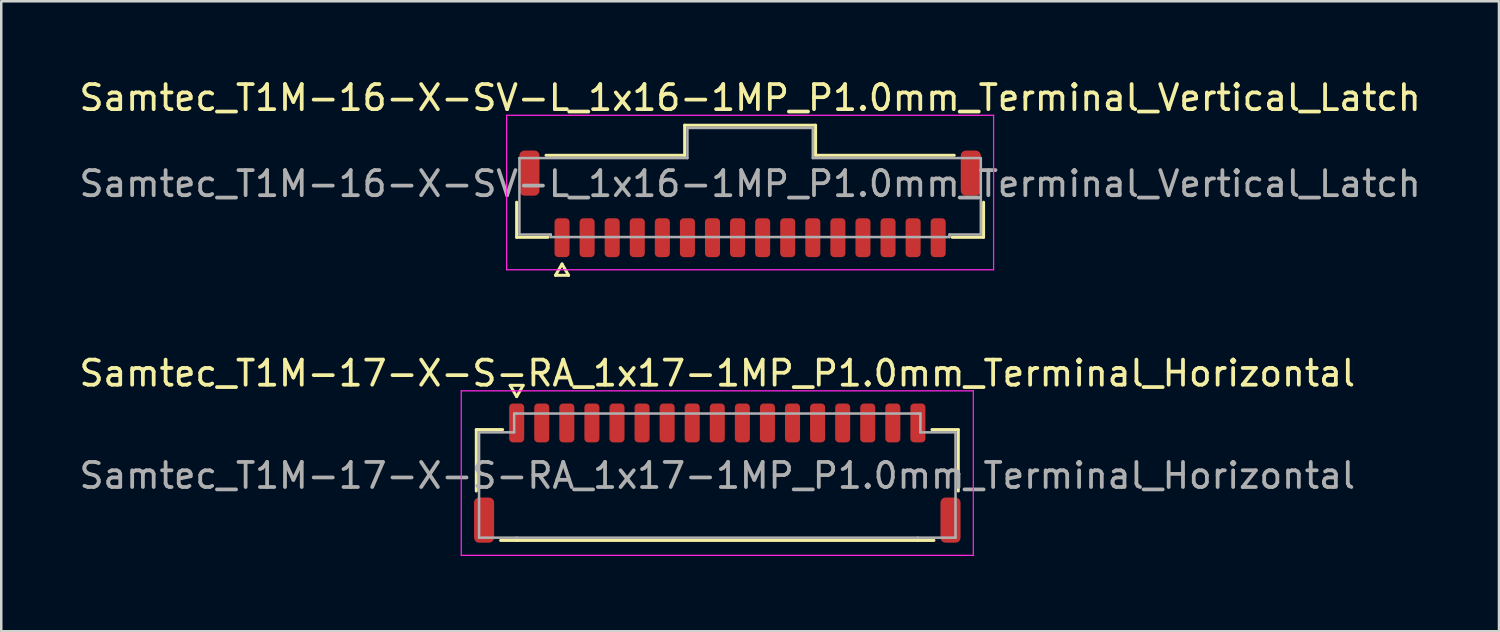
<source format=kicad_pcb>
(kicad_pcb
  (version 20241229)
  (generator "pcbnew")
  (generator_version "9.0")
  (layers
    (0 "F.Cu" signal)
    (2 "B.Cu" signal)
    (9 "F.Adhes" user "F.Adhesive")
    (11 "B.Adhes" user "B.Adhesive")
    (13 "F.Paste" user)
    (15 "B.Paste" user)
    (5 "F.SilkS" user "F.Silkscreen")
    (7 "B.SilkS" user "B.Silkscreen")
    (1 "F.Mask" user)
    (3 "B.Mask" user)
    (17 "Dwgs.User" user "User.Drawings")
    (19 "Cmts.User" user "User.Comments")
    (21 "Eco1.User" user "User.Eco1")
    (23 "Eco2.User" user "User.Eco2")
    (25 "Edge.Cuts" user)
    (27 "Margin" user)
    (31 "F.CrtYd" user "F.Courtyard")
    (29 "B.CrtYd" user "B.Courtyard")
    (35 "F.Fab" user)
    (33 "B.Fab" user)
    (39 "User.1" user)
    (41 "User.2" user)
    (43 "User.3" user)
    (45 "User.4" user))
  (footprint "Samtec_T1M-16-X-SV-L_1x16-1MP_P1.0mm_Terminal_Vertical_Latch"
    (layer "F.Cu")
    (at 26.863 4.278)
    (property "Reference" "Samtec_T1M-16-X-SV-L_1x16-1MP_P1.0mm_Terminal_Vertical_Latch" (at 0 -3.43 0) (layer "F.SilkS") (effects (font (size 1 1) (thickness 0.15))))
    (attr smd)
    (fp_line (start -9.31 2.135) (end -9.31 0.735) (stroke (width 0.12) (type solid)) (layer "F.SilkS"))
    (fp_line (start -8.14 -1.135) (end -2.61 -1.135) (stroke (width 0.12) (type solid)) (layer "F.SilkS"))
    (fp_line (start -8.06 2.135) (end -9.31 2.135) (stroke (width 0.12) (type solid)) (layer "F.SilkS"))
    (fp_line (start -7.76 3.65) (end -7.5 3.2) (stroke (width 0.12) (type solid)) (layer "F.SilkS"))
    (fp_line (start -7.5 3.2) (end -7.24 3.65) (stroke (width 0.12) (type solid)) (layer "F.SilkS"))
    (fp_line (start -7.24 3.65) (end -7.76 3.65) (stroke (width 0.12) (type solid)) (layer "F.SilkS"))
    (fp_line (start -2.61 -2.335) (end 2.61 -2.335) (stroke (width 0.12) (type solid)) (layer "F.SilkS"))
    (fp_line (start -2.61 -1.135) (end -2.61 -2.335) (stroke (width 0.12) (type solid)) (layer "F.SilkS"))
    (fp_line (start 2.61 -2.335) (end 2.61 -1.135) (stroke (width 0.12) (type solid)) (layer "F.SilkS"))
    (fp_line (start 2.61 -1.135) (end 8.14 -1.135) (stroke (width 0.12) (type solid)) (layer "F.SilkS"))
    (fp_line (start 9.31 0.735) (end 9.31 2.135) (stroke (width 0.12) (type solid)) (layer "F.SilkS"))
    (fp_line (start 9.31 2.135) (end 8.06 2.135) (stroke (width 0.12) (type solid)) (layer "F.SilkS"))
    (fp_line (start -9.71 -2.73) (end -9.71 3.43) (stroke (width 0.05) (type solid)) (layer "F.CrtYd"))
    (fp_line (start -9.71 3.43) (end 9.71 3.43) (stroke (width 0.05) (type solid)) (layer "F.CrtYd"))
    (fp_line (start 9.71 -2.73) (end -9.71 -2.73) (stroke (width 0.05) (type solid)) (layer "F.CrtYd"))
    (fp_line (start 9.71 3.43) (end 9.71 -2.73) (stroke (width 0.05) (type solid)) (layer "F.CrtYd"))
    (fp_line (start -9.2 -1.025) (end -2.5 -1.025) (stroke (width 0.1) (type solid)) (layer "F.Fab"))
    (fp_line (start -9.2 2.025) (end -9.2 -1.025) (stroke (width 0.1) (type solid)) (layer "F.Fab"))
    (fp_line (start -7.95 2.025) (end -9.2 2.025) (stroke (width 0.1) (type solid)) (layer "F.Fab"))
    (fp_line (start -7.95 2.125) (end -7.95 2.025) (stroke (width 0.1) (type solid)) (layer "F.Fab"))
    (fp_line (start -2.5 -2.225) (end 2.5 -2.225) (stroke (width 0.1) (type solid)) (layer "F.Fab"))
    (fp_line (start -2.5 -1.025) (end -2.5 -2.225) (stroke (width 0.1) (type solid)) (layer "F.Fab"))
    (fp_line (start 2.5 -2.225) (end 2.5 -1.025) (stroke (width 0.1) (type solid)) (layer "F.Fab"))
    (fp_line (start 2.5 -1.025) (end 9.2 -1.025) (stroke (width 0.1) (type solid)) (layer "F.Fab"))
    (fp_line (start 7.95 2.025) (end 7.95 2.125) (stroke (width 0.1) (type solid)) (layer "F.Fab"))
    (fp_line (start 7.95 2.125) (end -7.95 2.125) (stroke (width 0.1) (type solid)) (layer "F.Fab"))
    (fp_line (start 9.2 -1.025) (end 9.2 2.025) (stroke (width 0.1) (type solid)) (layer "F.Fab"))
    (fp_line (start 9.2 2.025) (end 7.95 2.025) (stroke (width 0.1) (type solid)) (layer "F.Fab"))
    (fp_text user "${REFERENCE}" (at 0 0 0) (layer "F.Fab") (effects (font (size 1 1) (thickness 0.15))))
    (pad "1" smd roundrect (at -7.5 2.15) (size 0.6 1.55) (layers "F.Cu" "F.Mask" "F.Paste") (roundrect_rratio 0.25))
    (pad "2" smd roundrect (at -6.5 2.15) (size 0.6 1.55) (layers "F.Cu" "F.Mask" "F.Paste") (roundrect_rratio 0.25))
    (pad "3" smd roundrect (at -5.5 2.15) (size 0.6 1.55) (layers "F.Cu" "F.Mask" "F.Paste") (roundrect_rratio 0.25))
    (pad "4" smd roundrect (at -4.5 2.15) (size 0.6 1.55) (layers "F.Cu" "F.Mask" "F.Paste") (roundrect_rratio 0.25))
    (pad "5" smd roundrect (at -3.5 2.15) (size 0.6 1.55) (layers "F.Cu" "F.Mask" "F.Paste") (roundrect_rratio 0.25))
    (pad "6" smd roundrect (at -2.5 2.15) (size 0.6 1.55) (layers "F.Cu" "F.Mask" "F.Paste") (roundrect_rratio 0.25))
    (pad "7" smd roundrect (at -1.5 2.15) (size 0.6 1.55) (layers "F.Cu" "F.Mask" "F.Paste") (roundrect_rratio 0.25))
    (pad "8" smd roundrect (at -0.5 2.15) (size 0.6 1.55) (layers "F.Cu" "F.Mask" "F.Paste") (roundrect_rratio 0.25))
    (pad "9" smd roundrect (at 0.5 2.15) (size 0.6 1.55) (layers "F.Cu" "F.Mask" "F.Paste") (roundrect_rratio 0.25))
    (pad "10" smd roundrect (at 1.5 2.15) (size 0.6 1.55) (layers "F.Cu" "F.Mask" "F.Paste") (roundrect_rratio 0.25))
    (pad "11" smd roundrect (at 2.5 2.15) (size 0.6 1.55) (layers "F.Cu" "F.Mask" "F.Paste") (roundrect_rratio 0.25))
    (pad "12" smd roundrect (at 3.5 2.15) (size 0.6 1.55) (layers "F.Cu" "F.Mask" "F.Paste") (roundrect_rratio 0.25))
    (pad "13" smd roundrect (at 4.5 2.15) (size 0.6 1.55) (layers "F.Cu" "F.Mask" "F.Paste") (roundrect_rratio 0.25))
    (pad "14" smd roundrect (at 5.5 2.15) (size 0.6 1.55) (layers "F.Cu" "F.Mask" "F.Paste") (roundrect_rratio 0.25))
    (pad "15" smd roundrect (at 6.5 2.15) (size 0.6 1.55) (layers "F.Cu" "F.Mask" "F.Paste") (roundrect_rratio 0.25))
    (pad "16" smd roundrect (at 7.5 2.15) (size 0.6 1.55) (layers "F.Cu" "F.Mask" "F.Paste") (roundrect_rratio 0.25))
    (pad "MP" smd roundrect (at -8.8 -0.425) (size 0.8 1.8) (layers "F.Cu" "F.Mask" "F.Paste") (roundrect_rratio 0.25))
    (pad "MP" smd roundrect (at 8.8 -0.425) (size 0.8 1.8) (layers "F.Cu" "F.Mask" "F.Paste") (roundrect_rratio 0.25)))
  (footprint "Samtec_T1M-17-X-S-RA_1x17-1MP_P1.0mm_Terminal_Horizontal"
    (layer "F.Cu")
    (at 25.554 15.916)
    (property "Reference" "Samtec_T1M-17-X-S-RA_1x17-1MP_P1.0mm_Terminal_Horizontal" (at 0 -4.08 0) (layer "F.SilkS") (effects (font (size 1 1) (thickness 0.15))))
    (attr smd)
    (fp_line (start -9.61 -1.835) (end -8.56 -1.835) (stroke (width 0.12) (type solid)) (layer "F.SilkS"))
    (fp_line (start -9.61 0.615) (end -9.61 -1.835) (stroke (width 0.12) (type solid)) (layer "F.SilkS"))
    (fp_line (start -8.26 -3.6) (end -8 -3.15) (stroke (width 0.12) (type solid)) (layer "F.SilkS"))
    (fp_line (start -8 -3.15) (end -7.74 -3.6) (stroke (width 0.12) (type solid)) (layer "F.SilkS"))
    (fp_line (start -8 2.585) (end -8.64 2.585) (stroke (width 0.12) (type solid)) (layer "F.SilkS"))
    (fp_line (start -7.74 -3.6) (end -8.26 -3.6) (stroke (width 0.12) (type solid)) (layer "F.SilkS"))
    (fp_line (start 8 2.585) (end -8 2.585) (stroke (width 0.12) (type solid)) (layer "F.SilkS"))
    (fp_line (start 8.56 -1.835) (end 9.61 -1.835) (stroke (width 0.12) (type solid)) (layer "F.SilkS"))
    (fp_line (start 8.64 2.585) (end 8 2.585) (stroke (width 0.12) (type solid)) (layer "F.SilkS"))
    (fp_line (start 9.61 -1.835) (end 9.61 0.615) (stroke (width 0.12) (type solid)) (layer "F.SilkS"))
    (fp_line (start -10.21 -3.38) (end -10.21 3.18) (stroke (width 0.05) (type solid)) (layer "F.CrtYd"))
    (fp_line (start -10.21 3.18) (end 10.21 3.18) (stroke (width 0.05) (type solid)) (layer "F.CrtYd"))
    (fp_line (start 10.21 -3.38) (end -10.21 -3.38) (stroke (width 0.05) (type solid)) (layer "F.CrtYd"))
    (fp_line (start 10.21 3.18) (end 10.21 -3.38) (stroke (width 0.05) (type solid)) (layer "F.CrtYd"))
    (fp_line (start -9.5 -1.725) (end -8.1 -1.725) (stroke (width 0.1) (type solid)) (layer "F.Fab"))
    (fp_line (start -9.5 2.475) (end -9.5 -1.725) (stroke (width 0.1) (type solid)) (layer "F.Fab"))
    (fp_line (start -8.1 -2.475) (end -8 -2.475) (stroke (width 0.1) (type solid)) (layer "F.Fab"))
    (fp_line (start -8.1 -1.725) (end -8.1 -2.475) (stroke (width 0.1) (type solid)) (layer "F.Fab"))
    (fp_line (start -8 -2.475) (end 8 -2.475) (stroke (width 0.1) (type solid)) (layer "F.Fab"))
    (fp_line (start -8 2.475) (end -9.5 2.475) (stroke (width 0.1) (type solid)) (layer "F.Fab"))
    (fp_line (start 8 -2.475) (end 8.1 -2.475) (stroke (width 0.1) (type solid)) (layer "F.Fab"))
    (fp_line (start 8 2.475) (end -8 2.475) (stroke (width 0.1) (type solid)) (layer "F.Fab"))
    (fp_line (start 8.1 -2.475) (end 8.1 -1.725) (stroke (width 0.1) (type solid)) (layer "F.Fab"))
    (fp_line (start 8.1 -1.725) (end 9.5 -1.725) (stroke (width 0.1) (type solid)) (layer "F.Fab"))
    (fp_line (start 9.5 -1.725) (end 9.5 2.475) (stroke (width 0.1) (type solid)) (layer "F.Fab"))
    (fp_line (start 9.5 2.475) (end 8 2.475) (stroke (width 0.1) (type solid)) (layer "F.Fab"))
    (fp_text user "${REFERENCE}" (at 0 0 0) (layer "F.Fab") (effects (font (size 1 1) (thickness 0.15))))
    (pad "1" smd roundrect (at -8 -2.1) (size 0.6 1.55) (layers "F.Cu" "F.Mask" "F.Paste") (roundrect_rratio 0.25))
    (pad "2" smd roundrect (at -7 -2.1) (size 0.6 1.55) (layers "F.Cu" "F.Mask" "F.Paste") (roundrect_rratio 0.25))
    (pad "3" smd roundrect (at -6 -2.1) (size 0.6 1.55) (layers "F.Cu" "F.Mask" "F.Paste") (roundrect_rratio 0.25))
    (pad "4" smd roundrect (at -5 -2.1) (size 0.6 1.55) (layers "F.Cu" "F.Mask" "F.Paste") (roundrect_rratio 0.25))
    (pad "5" smd roundrect (at -4 -2.1) (size 0.6 1.55) (layers "F.Cu" "F.Mask" "F.Paste") (roundrect_rratio 0.25))
    (pad "6" smd roundrect (at -3 -2.1) (size 0.6 1.55) (layers "F.Cu" "F.Mask" "F.Paste") (roundrect_rratio 0.25))
    (pad "7" smd roundrect (at -2 -2.1) (size 0.6 1.55) (layers "F.Cu" "F.Mask" "F.Paste") (roundrect_rratio 0.25))
    (pad "8" smd roundrect (at -1 -2.1) (size 0.6 1.55) (layers "F.Cu" "F.Mask" "F.Paste") (roundrect_rratio 0.25))
    (pad "9" smd roundrect (at 0 -2.1) (size 0.6 1.55) (layers "F.Cu" "F.Mask" "F.Paste") (roundrect_rratio 0.25))
    (pad "10" smd roundrect (at 1 -2.1) (size 0.6 1.55) (layers "F.Cu" "F.Mask" "F.Paste") (roundrect_rratio 0.25))
    (pad "11" smd roundrect (at 2 -2.1) (size 0.6 1.55) (layers "F.Cu" "F.Mask" "F.Paste") (roundrect_rratio 0.25))
    (pad "12" smd roundrect (at 3 -2.1) (size 0.6 1.55) (layers "F.Cu" "F.Mask" "F.Paste") (roundrect_rratio 0.25))
    (pad "13" smd roundrect (at 4 -2.1) (size 0.6 1.55) (layers "F.Cu" "F.Mask" "F.Paste") (roundrect_rratio 0.25))
    (pad "14" smd roundrect (at 5 -2.1) (size 0.6 1.55) (layers "F.Cu" "F.Mask" "F.Paste") (roundrect_rratio 0.25))
    (pad "15" smd roundrect (at 6 -2.1) (size 0.6 1.55) (layers "F.Cu" "F.Mask" "F.Paste") (roundrect_rratio 0.25))
    (pad "16" smd roundrect (at 7 -2.1) (size 0.6 1.55) (layers "F.Cu" "F.Mask" "F.Paste") (roundrect_rratio 0.25))
    (pad "17" smd roundrect (at 8 -2.1) (size 0.6 1.55) (layers "F.Cu" "F.Mask" "F.Paste") (roundrect_rratio 0.25))
    (pad "MP" smd roundrect (at -9.3 1.775) (size 0.8 1.8) (layers "F.Cu" "F.Mask" "F.Paste") (roundrect_rratio 0.25))
    (pad "MP" smd roundrect (at 9.3 1.775) (size 0.8 1.8) (layers "F.Cu" "F.Mask" "F.Paste") (roundrect_rratio 0.25)))
  (gr_rect
    (start -3 -3)
    (end 56.726 22.122)
    (stroke (width 0.1) (type default))
    (fill no)
    (layer "Edge.Cuts")))
</source>
